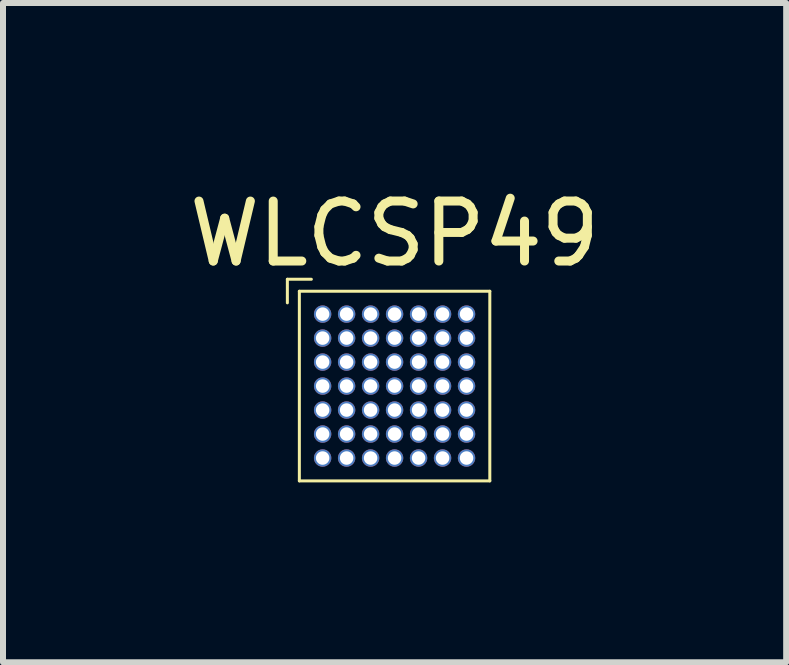
<source format=kicad_pcb>
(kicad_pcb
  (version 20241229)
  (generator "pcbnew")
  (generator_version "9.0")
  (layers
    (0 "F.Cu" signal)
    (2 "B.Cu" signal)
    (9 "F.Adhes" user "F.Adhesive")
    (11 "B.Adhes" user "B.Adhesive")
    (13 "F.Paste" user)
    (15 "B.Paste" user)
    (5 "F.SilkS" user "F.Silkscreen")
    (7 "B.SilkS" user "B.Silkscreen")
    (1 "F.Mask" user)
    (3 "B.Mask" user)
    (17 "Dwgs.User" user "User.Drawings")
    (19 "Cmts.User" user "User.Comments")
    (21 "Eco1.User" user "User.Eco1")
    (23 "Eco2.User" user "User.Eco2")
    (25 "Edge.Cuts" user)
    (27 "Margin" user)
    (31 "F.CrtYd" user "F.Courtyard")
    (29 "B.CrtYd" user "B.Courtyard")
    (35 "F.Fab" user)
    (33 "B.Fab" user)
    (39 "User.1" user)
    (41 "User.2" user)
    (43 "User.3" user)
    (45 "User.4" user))
  (footprint "WLCSP49"
    (layer "F.Cu")
    (at 3.53 3.388)
    (property "Reference" "WLCSP49" (at 0 -2.54 0) (layer "F.SilkS") (effects (font (size 1 1) (thickness 0.15))))
    (attr through_hole)
    (fp_line (start -1.788 -1.388) (end -1.788 -1.781) (stroke (width 0.05) (type solid)) (layer "F.SilkS"))
    (fp_line (start -1.588 1.581) (end -1.588 -1.581) (stroke (width 0.05) (type solid)) (layer "F.SilkS"))
    (fp_line (start -1.588 1.581) (end 1.588 1.581) (stroke (width 0.05) (type solid)) (layer "F.SilkS"))
    (fp_line (start -1.388 -1.781) (end -1.788 -1.781) (stroke (width 0.05) (type solid)) (layer "F.SilkS"))
    (fp_line (start 1.588 -1.581) (end -1.588 -1.581) (stroke (width 0.05) (type solid)) (layer "F.SilkS"))
    (fp_line (start 1.588 1.581) (end 1.588 -1.581) (stroke (width 0.05) (type solid)) (layer "F.SilkS"))
    (pad "A1" thru_hole circle (at -1.2 -1.2) (size 0.29 0.29) (drill 0.225) (layers "*.Cu" "*.Mask"))
    (pad "A2" thru_hole circle (at -0.8 -1.2) (size 0.29 0.29) (drill 0.225) (layers "*.Cu" "*.Mask"))
    (pad "A3" thru_hole circle (at -0.4 -1.2) (size 0.29 0.29) (drill 0.225) (layers "*.Cu" "*.Mask"))
    (pad "A4" thru_hole circle (at 0 -1.2) (size 0.29 0.29) (drill 0.225) (layers "*.Cu" "*.Mask"))
    (pad "A5" thru_hole circle (at 0.4 -1.2) (size 0.29 0.29) (drill 0.225) (layers "*.Cu" "*.Mask"))
    (pad "A6" thru_hole circle (at 0.8 -1.2) (size 0.29 0.29) (drill 0.225) (layers "*.Cu" "*.Mask"))
    (pad "A7" thru_hole circle (at 1.2 -1.2) (size 0.29 0.29) (drill 0.225) (layers "*.Cu" "*.Mask"))
    (pad "B1" thru_hole circle (at -1.2 -0.8) (size 0.29 0.29) (drill 0.225) (layers "*.Cu" "*.Mask"))
    (pad "B2" thru_hole circle (at -0.8 -0.8) (size 0.29 0.29) (drill 0.225) (layers "*.Cu" "*.Mask"))
    (pad "B3" thru_hole circle (at -0.4 -0.8) (size 0.29 0.29) (drill 0.225) (layers "*.Cu" "*.Mask"))
    (pad "B4" thru_hole circle (at 0 -0.8) (size 0.29 0.29) (drill 0.225) (layers "*.Cu" "*.Mask"))
    (pad "B5" thru_hole circle (at 0.4 -0.8) (size 0.29 0.29) (drill 0.225) (layers "*.Cu" "*.Mask"))
    (pad "B6" thru_hole circle (at 0.8 -0.8) (size 0.29 0.29) (drill 0.225) (layers "*.Cu" "*.Mask"))
    (pad "B7" thru_hole circle (at 1.2 -0.8) (size 0.29 0.29) (drill 0.225) (layers "*.Cu" "*.Mask"))
    (pad "C1" thru_hole circle (at -1.2 -0.4) (size 0.29 0.29) (drill 0.225) (layers "*.Cu" "*.Mask"))
    (pad "C2" thru_hole circle (at -0.8 -0.4) (size 0.29 0.29) (drill 0.225) (layers "*.Cu" "*.Mask"))
    (pad "C3" thru_hole circle (at -0.4 -0.4) (size 0.29 0.29) (drill 0.225) (layers "*.Cu" "*.Mask"))
    (pad "C4" thru_hole circle (at 0 -0.4) (size 0.29 0.29) (drill 0.225) (layers "*.Cu" "*.Mask"))
    (pad "C5" thru_hole circle (at 0.4 -0.4) (size 0.29 0.29) (drill 0.225) (layers "*.Cu" "*.Mask"))
    (pad "C6" thru_hole circle (at 0.8 -0.4) (size 0.29 0.29) (drill 0.225) (layers "*.Cu" "*.Mask"))
    (pad "C7" thru_hole circle (at 1.2 -0.4) (size 0.29 0.29) (drill 0.225) (layers "*.Cu" "*.Mask"))
    (pad "D1" thru_hole circle (at -1.2 0) (size 0.29 0.29) (drill 0.225) (layers "*.Cu" "*.Mask"))
    (pad "D2" thru_hole circle (at -0.8 0) (size 0.29 0.29) (drill 0.225) (layers "*.Cu" "*.Mask"))
    (pad "D3" thru_hole circle (at -0.4 0) (size 0.29 0.29) (drill 0.225) (layers "*.Cu" "*.Mask"))
    (pad "D4" thru_hole circle (at 0 0) (size 0.29 0.29) (drill 0.225) (layers "*.Cu" "*.Mask"))
    (pad "D5" thru_hole circle (at 0.4 0) (size 0.29 0.29) (drill 0.225) (layers "*.Cu" "*.Mask"))
    (pad "D6" thru_hole circle (at 0.8 0) (size 0.29 0.29) (drill 0.225) (layers "*.Cu" "*.Mask"))
    (pad "D7" thru_hole circle (at 1.2 0) (size 0.29 0.29) (drill 0.225) (layers "*.Cu" "*.Mask"))
    (pad "E1" thru_hole circle (at -1.2 0.4) (size 0.29 0.29) (drill 0.225) (layers "*.Cu" "*.Mask"))
    (pad "E2" thru_hole circle (at -0.8 0.4) (size 0.29 0.29) (drill 0.225) (layers "*.Cu" "*.Mask"))
    (pad "E3" thru_hole circle (at -0.4 0.4) (size 0.29 0.29) (drill 0.225) (layers "*.Cu" "*.Mask"))
    (pad "E4" thru_hole circle (at 0 0.4) (size 0.29 0.29) (drill 0.225) (layers "*.Cu" "*.Mask"))
    (pad "E5" thru_hole circle (at 0.4 0.4) (size 0.29 0.29) (drill 0.225) (layers "*.Cu" "*.Mask"))
    (pad "E6" thru_hole circle (at 0.8 0.4) (size 0.29 0.29) (drill 0.225) (layers "*.Cu" "*.Mask"))
    (pad "E7" thru_hole circle (at 1.2 0.4) (size 0.29 0.29) (drill 0.225) (layers "*.Cu" "*.Mask"))
    (pad "F1" thru_hole circle (at -1.2 0.8) (size 0.29 0.29) (drill 0.225) (layers "*.Cu" "*.Mask"))
    (pad "F2" thru_hole circle (at -0.8 0.8) (size 0.29 0.29) (drill 0.225) (layers "*.Cu" "*.Mask"))
    (pad "F3" thru_hole circle (at -0.4 0.8) (size 0.29 0.29) (drill 0.225) (layers "*.Cu" "*.Mask"))
    (pad "F4" thru_hole circle (at 0 0.8) (size 0.29 0.29) (drill 0.225) (layers "*.Cu" "*.Mask"))
    (pad "F5" thru_hole circle (at 0.4 0.8) (size 0.29 0.29) (drill 0.225) (layers "*.Cu" "*.Mask"))
    (pad "F6" thru_hole circle (at 0.8 0.8) (size 0.29 0.29) (drill 0.225) (layers "*.Cu" "*.Mask"))
    (pad "F7" thru_hole circle (at 1.2 0.8) (size 0.29 0.29) (drill 0.225) (layers "*.Cu" "*.Mask"))
    (pad "G1" thru_hole circle (at -1.2 1.2) (size 0.29 0.29) (drill 0.225) (layers "*.Cu" "*.Mask"))
    (pad "G2" thru_hole circle (at -0.8 1.2) (size 0.29 0.29) (drill 0.225) (layers "*.Cu" "*.Mask"))
    (pad "G3" thru_hole circle (at -0.4 1.2) (size 0.29 0.29) (drill 0.225) (layers "*.Cu" "*.Mask"))
    (pad "G4" thru_hole circle (at 0 1.2) (size 0.29 0.29) (drill 0.225) (layers "*.Cu" "*.Mask"))
    (pad "G5" thru_hole circle (at 0.4 1.2) (size 0.29 0.29) (drill 0.225) (layers "*.Cu" "*.Mask"))
    (pad "G6" thru_hole circle (at 0.8 1.2) (size 0.29 0.29) (drill 0.225) (layers "*.Cu" "*.Mask"))
    (pad "G7" thru_hole circle (at 1.2 1.2) (size 0.29 0.29) (drill 0.225) (layers "*.Cu" "*.Mask")))
  (gr_rect
    (start -3 -3)
    (end 10.06 7.994)
    (stroke (width 0.1) (type default))
    (fill no)
    (layer "Edge.Cuts")))
</source>
